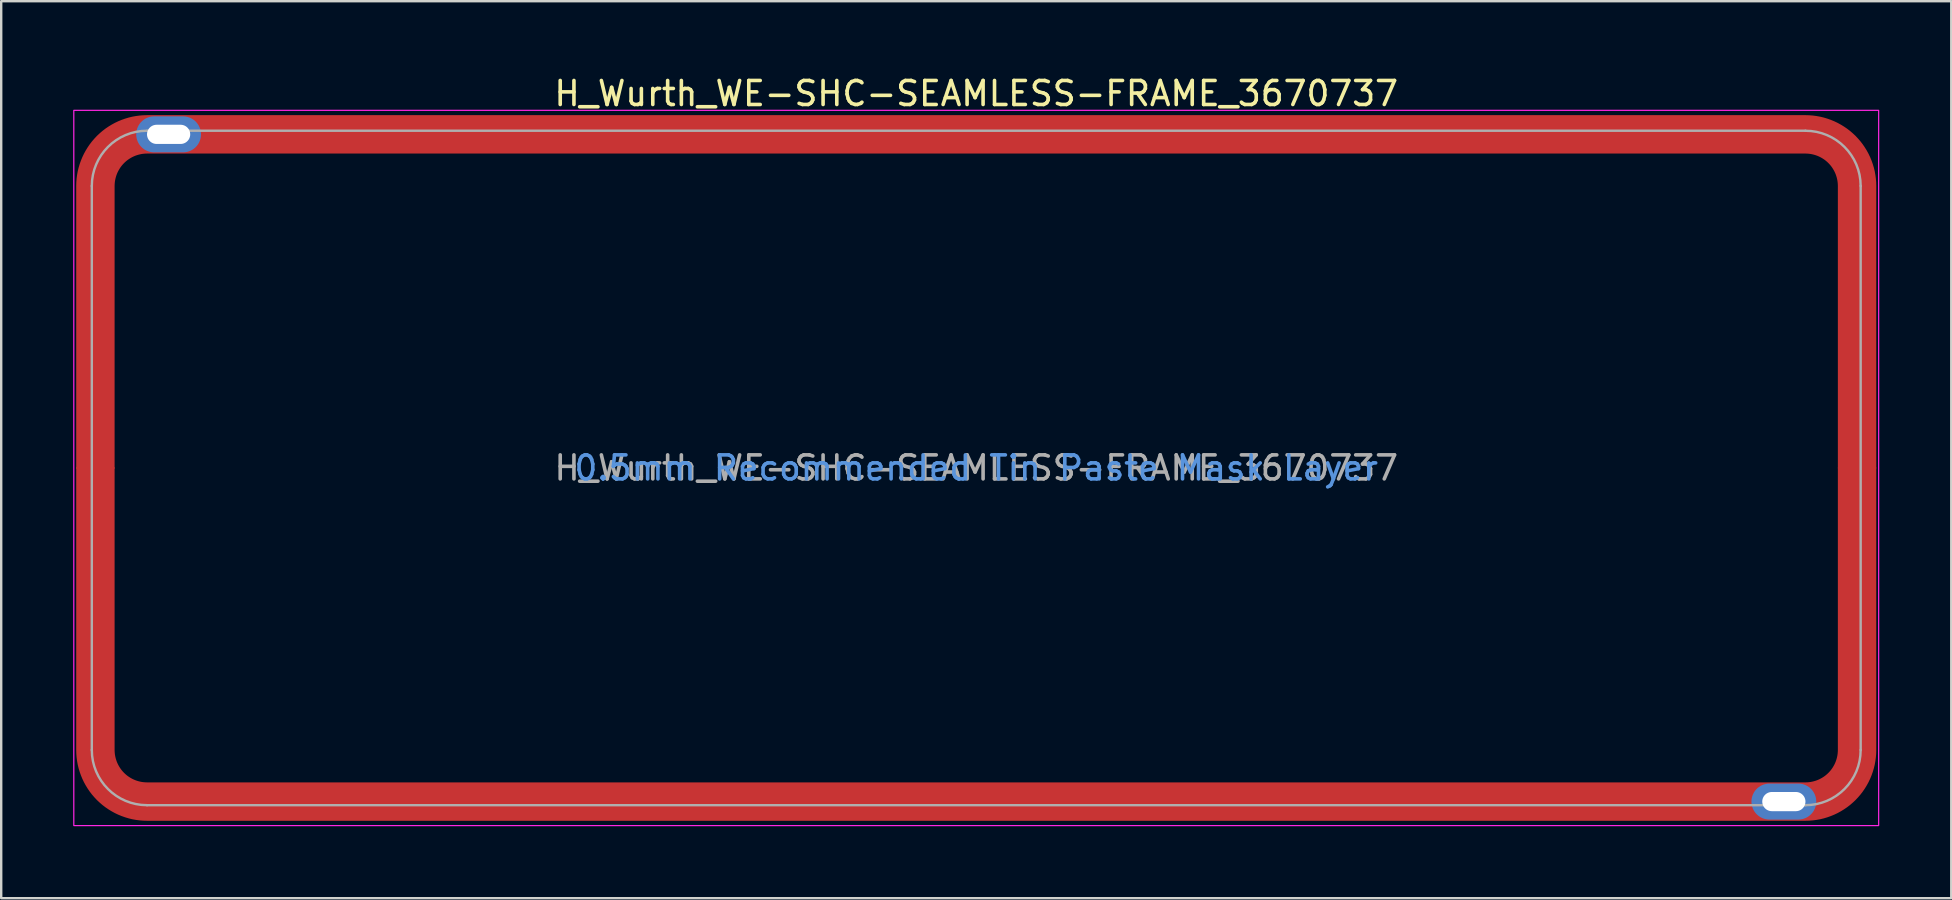
<source format=kicad_pcb>
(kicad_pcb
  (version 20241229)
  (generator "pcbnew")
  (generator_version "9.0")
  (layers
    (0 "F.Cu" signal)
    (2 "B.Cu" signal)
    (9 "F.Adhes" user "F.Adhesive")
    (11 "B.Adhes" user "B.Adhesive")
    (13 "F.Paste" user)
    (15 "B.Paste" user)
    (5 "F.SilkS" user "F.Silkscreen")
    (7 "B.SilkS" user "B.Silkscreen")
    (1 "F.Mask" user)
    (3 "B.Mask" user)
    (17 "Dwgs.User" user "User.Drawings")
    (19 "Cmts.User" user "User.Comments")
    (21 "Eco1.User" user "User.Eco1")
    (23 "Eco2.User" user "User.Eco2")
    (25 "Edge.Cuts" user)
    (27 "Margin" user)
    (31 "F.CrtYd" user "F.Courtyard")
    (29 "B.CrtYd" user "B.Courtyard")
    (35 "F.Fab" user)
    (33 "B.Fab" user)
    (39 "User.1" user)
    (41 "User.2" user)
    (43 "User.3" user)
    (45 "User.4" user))
  (footprint "H_Wurth_WE-SHC-SEAMLESS-FRAME_3670737"
    (layer "F.Cu")
    (at 37.625 16.448)
    (property "Reference" "H_Wurth_WE-SHC-SEAMLESS-FRAME_3670737" (at 0 -15.6 0) (unlocked yes) (layer "F.SilkS") (effects (font (size 1 1) (thickness 0.15))))
    (attr smd)
    (fp_poly (pts (xy -35.95 0.004) (xy -37.45 0.004) (xy -37.45 -11.75) (xy -37.446 -11.902) (xy -37.434 -12.053) (xy -37.414 -12.204) (xy -37.387 -12.353) (xy -37.351 -12.501) (xy -37.308 -12.646) (xy -37.257 -12.789) (xy -37.199 -12.93) (xy -37.134 -13.067) (xy -37.061 -13.2) (xy -36.982 -13.329) (xy -36.896 -13.455) (xy -36.804 -13.575) (xy -36.705 -13.69) (xy -36.601 -13.801) (xy -36.49 -13.905) (xy -36.375 -14.004) (xy -36.255 -14.096) (xy -36.129 -14.182) (xy -36 -14.261) (xy -35.867 -14.334) (xy -35.73 -14.399) (xy -35.589 -14.457) (xy -35.446 -14.508) (xy -35.301 -14.551) (xy -35.153 -14.587) (xy -35.004 -14.614) (xy -34.853 -14.634) (xy -34.702 -14.646) (xy -34.55 -14.65) (xy 34.55 -14.65) (xy 34.702 -14.646) (xy 34.853 -14.634) (xy 35.004 -14.614) (xy 35.153 -14.587) (xy 35.301 -14.551) (xy 35.446 -14.508) (xy 35.589 -14.457) (xy 35.73 -14.399) (xy 35.867 -14.334) (xy 36 -14.261) (xy 36.129 -14.182) (xy 36.255 -14.096) (xy 36.375 -14.004) (xy 36.49 -13.905) (xy 36.601 -13.801) (xy 36.705 -13.69) (xy 36.804 -13.575) (xy 36.896 -13.455) (xy 36.982 -13.329) (xy 37.061 -13.2) (xy 37.134 -13.067) (xy 37.199 -12.93) (xy 37.257 -12.789) (xy 37.308 -12.646) (xy 37.351 -12.501) (xy 37.387 -12.353) (xy 37.414 -12.204) (xy 37.434 -12.053) (xy 37.446 -11.902) (xy 37.45 -11.75) (xy 37.45 0.004) (xy 35.95 0.004) (xy 35.95 -11.75) (xy 35.948 -11.823) (xy 35.942 -11.896) (xy 35.933 -11.969) (xy 35.919 -12.041) (xy 35.902 -12.112) (xy 35.881 -12.183) (xy 35.857 -12.252) (xy 35.829 -12.319) (xy 35.797 -12.386) (xy 35.762 -12.45) (xy 35.724 -12.512) (xy 35.683 -12.573) (xy 35.638 -12.631) (xy 35.59 -12.687) (xy 35.54 -12.74) (xy 35.487 -12.79) (xy 35.431 -12.838) (xy 35.373 -12.883) (xy 35.312 -12.924) (xy 35.25 -12.962) (xy 35.186 -12.997) (xy 35.119 -13.029) (xy 35.052 -13.057) (xy 34.983 -13.081) (xy 34.912 -13.102) (xy 34.841 -13.119) (xy 34.769 -13.133) (xy 34.696 -13.142) (xy 34.623 -13.148) (xy 34.55 -13.15) (xy -34.55 -13.15) (xy -34.623 -13.148) (xy -34.696 -13.142) (xy -34.769 -13.133) (xy -34.841 -13.119) (xy -34.912 -13.102) (xy -34.983 -13.081) (xy -35.052 -13.057) (xy -35.119 -13.029) (xy -35.186 -12.997) (xy -35.25 -12.962) (xy -35.312 -12.924) (xy -35.373 -12.883) (xy -35.431 -12.838) (xy -35.487 -12.79) (xy -35.54 -12.74) (xy -35.59 -12.687) (xy -35.638 -12.631) (xy -35.683 -12.573) (xy -35.724 -12.512) (xy -35.762 -12.45) (xy -35.797 -12.386) (xy -35.829 -12.319) (xy -35.857 -12.252) (xy -35.881 -12.183) (xy -35.902 -12.112) (xy -35.919 -12.041) (xy -35.933 -11.969) (xy -35.942 -11.896) (xy -35.948 -11.823) (xy -35.95 -11.75) (xy -35.95 -0.25)) (stroke (width 0.1) (type solid)) (fill yes) (layer "F.Cu"))
    (fp_poly (pts (xy 35.95 -0.004) (xy 37.45 -0.004) (xy 37.45 11.75) (xy 37.446 11.902) (xy 37.434 12.053) (xy 37.414 12.204) (xy 37.387 12.353) (xy 37.351 12.501) (xy 37.308 12.646) (xy 37.257 12.789) (xy 37.199 12.93) (xy 37.134 13.067) (xy 37.061 13.2) (xy 36.982 13.329) (xy 36.896 13.455) (xy 36.804 13.575) (xy 36.705 13.69) (xy 36.601 13.801) (xy 36.49 13.905) (xy 36.375 14.004) (xy 36.255 14.096) (xy 36.129 14.182) (xy 36 14.261) (xy 35.867 14.334) (xy 35.73 14.399) (xy 35.589 14.457) (xy 35.446 14.508) (xy 35.301 14.551) (xy 35.153 14.587) (xy 35.004 14.614) (xy 34.853 14.634) (xy 34.702 14.646) (xy 34.55 14.65) (xy -34.55 14.65) (xy -34.702 14.646) (xy -34.853 14.634) (xy -35.004 14.614) (xy -35.153 14.587) (xy -35.301 14.551) (xy -35.446 14.508) (xy -35.589 14.457) (xy -35.73 14.399) (xy -35.867 14.334) (xy -36 14.261) (xy -36.129 14.182) (xy -36.255 14.096) (xy -36.375 14.004) (xy -36.49 13.905) (xy -36.601 13.801) (xy -36.705 13.69) (xy -36.804 13.575) (xy -36.896 13.455) (xy -36.982 13.329) (xy -37.061 13.2) (xy -37.134 13.067) (xy -37.199 12.93) (xy -37.257 12.789) (xy -37.308 12.646) (xy -37.351 12.501) (xy -37.387 12.353) (xy -37.414 12.204) (xy -37.434 12.053) (xy -37.446 11.902) (xy -37.45 11.75) (xy -37.45 -0.004) (xy -35.95 -0.004) (xy -35.95 11.75) (xy -35.948 11.823) (xy -35.942 11.896) (xy -35.933 11.969) (xy -35.919 12.041) (xy -35.902 12.112) (xy -35.881 12.183) (xy -35.857 12.252) (xy -35.829 12.319) (xy -35.797 12.386) (xy -35.762 12.45) (xy -35.724 12.512) (xy -35.683 12.573) (xy -35.638 12.631) (xy -35.59 12.687) (xy -35.54 12.74) (xy -35.487 12.79) (xy -35.431 12.838) (xy -35.373 12.883) (xy -35.312 12.924) (xy -35.25 12.962) (xy -35.186 12.997) (xy -35.119 13.029) (xy -35.052 13.057) (xy -34.983 13.081) (xy -34.912 13.102) (xy -34.841 13.119) (xy -34.769 13.133) (xy -34.696 13.142) (xy -34.623 13.148) (xy -34.55 13.15) (xy 34.55 13.15) (xy 34.623 13.148) (xy 34.696 13.142) (xy 34.769 13.133) (xy 34.841 13.119) (xy 34.912 13.102) (xy 34.983 13.081) (xy 35.052 13.057) (xy 35.119 13.029) (xy 35.186 12.997) (xy 35.25 12.962) (xy 35.312 12.924) (xy 35.373 12.883) (xy 35.431 12.838) (xy 35.487 12.79) (xy 35.54 12.74) (xy 35.59 12.687) (xy 35.638 12.631) (xy 35.683 12.573) (xy 35.724 12.512) (xy 35.762 12.45) (xy 35.797 12.386) (xy 35.829 12.319) (xy 35.857 12.252) (xy 35.881 12.183) (xy 35.902 12.112) (xy 35.919 12.041) (xy 35.933 11.969) (xy 35.942 11.896) (xy 35.948 11.823) (xy 35.95 11.75) (xy 35.95 0.25)) (stroke (width 0.1) (type solid)) (fill yes) (layer "F.Cu"))
    (fp_poly (pts (xy -35.95 0.004) (xy -37.45 0.004) (xy -37.45 -11.75) (xy -37.446 -11.902) (xy -37.434 -12.053) (xy -37.414 -12.204) (xy -37.387 -12.353) (xy -37.351 -12.501) (xy -37.308 -12.646) (xy -37.257 -12.789) (xy -37.199 -12.93) (xy -37.134 -13.067) (xy -37.061 -13.2) (xy -36.982 -13.329) (xy -36.896 -13.455) (xy -36.804 -13.575) (xy -36.705 -13.69) (xy -36.601 -13.801) (xy -36.49 -13.905) (xy -36.375 -14.004) (xy -36.255 -14.096) (xy -36.129 -14.182) (xy -36 -14.261) (xy -35.867 -14.334) (xy -35.73 -14.399) (xy -35.589 -14.457) (xy -35.446 -14.508) (xy -35.301 -14.551) (xy -35.153 -14.587) (xy -35.004 -14.614) (xy -34.853 -14.634) (xy -34.702 -14.646) (xy -34.55 -14.65) (xy 34.55 -14.65) (xy 34.702 -14.646) (xy 34.853 -14.634) (xy 35.004 -14.614) (xy 35.153 -14.587) (xy 35.301 -14.551) (xy 35.446 -14.508) (xy 35.589 -14.457) (xy 35.73 -14.399) (xy 35.867 -14.334) (xy 36 -14.261) (xy 36.129 -14.182) (xy 36.255 -14.096) (xy 36.375 -14.004) (xy 36.49 -13.905) (xy 36.601 -13.801) (xy 36.705 -13.69) (xy 36.804 -13.575) (xy 36.896 -13.455) (xy 36.982 -13.329) (xy 37.061 -13.2) (xy 37.134 -13.067) (xy 37.199 -12.93) (xy 37.257 -12.789) (xy 37.308 -12.646) (xy 37.351 -12.501) (xy 37.387 -12.353) (xy 37.414 -12.204) (xy 37.434 -12.053) (xy 37.446 -11.902) (xy 37.45 -11.75) (xy 37.45 0.004) (xy 35.95 0.004) (xy 35.95 -11.75) (xy 35.948 -11.823) (xy 35.942 -11.896) (xy 35.933 -11.969) (xy 35.919 -12.041) (xy 35.902 -12.112) (xy 35.881 -12.183) (xy 35.857 -12.252) (xy 35.829 -12.319) (xy 35.797 -12.386) (xy 35.762 -12.45) (xy 35.724 -12.512) (xy 35.683 -12.573) (xy 35.638 -12.631) (xy 35.59 -12.687) (xy 35.54 -12.74) (xy 35.487 -12.79) (xy 35.431 -12.838) (xy 35.373 -12.883) (xy 35.312 -12.924) (xy 35.25 -12.962) (xy 35.186 -12.997) (xy 35.119 -13.029) (xy 35.052 -13.057) (xy 34.983 -13.081) (xy 34.912 -13.102) (xy 34.841 -13.119) (xy 34.769 -13.133) (xy 34.696 -13.142) (xy 34.623 -13.148) (xy 34.55 -13.15) (xy -34.55 -13.15) (xy -34.623 -13.148) (xy -34.696 -13.142) (xy -34.769 -13.133) (xy -34.841 -13.119) (xy -34.912 -13.102) (xy -34.983 -13.081) (xy -35.052 -13.057) (xy -35.119 -13.029) (xy -35.186 -12.997) (xy -35.25 -12.962) (xy -35.312 -12.924) (xy -35.373 -12.883) (xy -35.431 -12.838) (xy -35.487 -12.79) (xy -35.54 -12.74) (xy -35.59 -12.687) (xy -35.638 -12.631) (xy -35.683 -12.573) (xy -35.724 -12.512) (xy -35.762 -12.45) (xy -35.797 -12.386) (xy -35.829 -12.319) (xy -35.857 -12.252) (xy -35.881 -12.183) (xy -35.902 -12.112) (xy -35.919 -12.041) (xy -35.933 -11.969) (xy -35.942 -11.896) (xy -35.948 -11.823) (xy -35.95 -11.75) (xy -35.95 -0.25)) (stroke (width 0.1) (type solid)) (fill yes) (layer "F.Mask"))
    (fp_poly (pts (xy 35.95 -0.004) (xy 37.45 -0.004) (xy 37.45 11.75) (xy 37.446 11.902) (xy 37.434 12.053) (xy 37.414 12.204) (xy 37.387 12.353) (xy 37.351 12.501) (xy 37.308 12.646) (xy 37.257 12.789) (xy 37.199 12.93) (xy 37.134 13.067) (xy 37.061 13.2) (xy 36.982 13.329) (xy 36.896 13.455) (xy 36.804 13.575) (xy 36.705 13.69) (xy 36.601 13.801) (xy 36.49 13.905) (xy 36.375 14.004) (xy 36.255 14.096) (xy 36.129 14.182) (xy 36 14.261) (xy 35.867 14.334) (xy 35.73 14.399) (xy 35.589 14.457) (xy 35.446 14.508) (xy 35.301 14.551) (xy 35.153 14.587) (xy 35.004 14.614) (xy 34.853 14.634) (xy 34.702 14.646) (xy 34.55 14.65) (xy -34.55 14.65) (xy -34.702 14.646) (xy -34.853 14.634) (xy -35.004 14.614) (xy -35.153 14.587) (xy -35.301 14.551) (xy -35.446 14.508) (xy -35.589 14.457) (xy -35.73 14.399) (xy -35.867 14.334) (xy -36 14.261) (xy -36.129 14.182) (xy -36.255 14.096) (xy -36.375 14.004) (xy -36.49 13.905) (xy -36.601 13.801) (xy -36.705 13.69) (xy -36.804 13.575) (xy -36.896 13.455) (xy -36.982 13.329) (xy -37.061 13.2) (xy -37.134 13.067) (xy -37.199 12.93) (xy -37.257 12.789) (xy -37.308 12.646) (xy -37.351 12.501) (xy -37.387 12.353) (xy -37.414 12.204) (xy -37.434 12.053) (xy -37.446 11.902) (xy -37.45 11.75) (xy -37.45 -0.004) (xy -35.95 -0.004) (xy -35.95 11.75) (xy -35.948 11.823) (xy -35.942 11.896) (xy -35.933 11.969) (xy -35.919 12.041) (xy -35.902 12.112) (xy -35.881 12.183) (xy -35.857 12.252) (xy -35.829 12.319) (xy -35.797 12.386) (xy -35.762 12.45) (xy -35.724 12.512) (xy -35.683 12.573) (xy -35.638 12.631) (xy -35.59 12.687) (xy -35.54 12.74) (xy -35.487 12.79) (xy -35.431 12.838) (xy -35.373 12.883) (xy -35.312 12.924) (xy -35.25 12.962) (xy -35.186 12.997) (xy -35.119 13.029) (xy -35.052 13.057) (xy -34.983 13.081) (xy -34.912 13.102) (xy -34.841 13.119) (xy -34.769 13.133) (xy -34.696 13.142) (xy -34.623 13.148) (xy -34.55 13.15) (xy 34.55 13.15) (xy 34.623 13.148) (xy 34.696 13.142) (xy 34.769 13.133) (xy 34.841 13.119) (xy 34.912 13.102) (xy 34.983 13.081) (xy 35.052 13.057) (xy 35.119 13.029) (xy 35.186 12.997) (xy 35.25 12.962) (xy 35.312 12.924) (xy 35.373 12.883) (xy 35.431 12.838) (xy 35.487 12.79) (xy 35.54 12.74) (xy 35.59 12.687) (xy 35.638 12.631) (xy 35.683 12.573) (xy 35.724 12.512) (xy 35.762 12.45) (xy 35.797 12.386) (xy 35.829 12.319) (xy 35.857 12.252) (xy 35.881 12.183) (xy 35.902 12.112) (xy 35.919 12.041) (xy 35.933 11.969) (xy 35.942 11.896) (xy 35.948 11.823) (xy 35.95 11.75) (xy 35.95 0.25)) (stroke (width 0.1) (type solid)) (fill yes) (layer "F.Mask"))
    (fp_poly (pts (xy -35.95 0.004) (xy -37.45 0.004) (xy -37.45 -11.75) (xy -37.446 -11.902) (xy -37.434 -12.053) (xy -37.414 -12.204) (xy -37.387 -12.353) (xy -37.351 -12.501) (xy -37.308 -12.646) (xy -37.257 -12.789) (xy -37.199 -12.93) (xy -37.134 -13.067) (xy -37.061 -13.2) (xy -36.982 -13.329) (xy -36.896 -13.455) (xy -36.804 -13.575) (xy -36.705 -13.69) (xy -36.601 -13.801) (xy -36.49 -13.905) (xy -36.375 -14.004) (xy -36.255 -14.096) (xy -36.129 -14.182) (xy -36 -14.261) (xy -35.867 -14.334) (xy -35.73 -14.399) (xy -35.589 -14.457) (xy -35.446 -14.508) (xy -35.301 -14.551) (xy -35.153 -14.587) (xy -35.004 -14.614) (xy -34.853 -14.634) (xy -34.702 -14.646) (xy -34.55 -14.65) (xy 34.55 -14.65) (xy 34.702 -14.646) (xy 34.853 -14.634) (xy 35.004 -14.614) (xy 35.153 -14.587) (xy 35.301 -14.551) (xy 35.446 -14.508) (xy 35.589 -14.457) (xy 35.73 -14.399) (xy 35.867 -14.334) (xy 36 -14.261) (xy 36.129 -14.182) (xy 36.255 -14.096) (xy 36.375 -14.004) (xy 36.49 -13.905) (xy 36.601 -13.801) (xy 36.705 -13.69) (xy 36.804 -13.575) (xy 36.896 -13.455) (xy 36.982 -13.329) (xy 37.061 -13.2) (xy 37.134 -13.067) (xy 37.199 -12.93) (xy 37.257 -12.789) (xy 37.308 -12.646) (xy 37.351 -12.501) (xy 37.387 -12.353) (xy 37.414 -12.204) (xy 37.434 -12.053) (xy 37.446 -11.902) (xy 37.45 -11.75) (xy 37.45 0.004) (xy 35.95 0.004) (xy 35.95 -11.75) (xy 35.948 -11.823) (xy 35.942 -11.896) (xy 35.933 -11.969) (xy 35.919 -12.041) (xy 35.902 -12.112) (xy 35.881 -12.183) (xy 35.857 -12.252) (xy 35.829 -12.319) (xy 35.797 -12.386) (xy 35.762 -12.45) (xy 35.724 -12.512) (xy 35.683 -12.573) (xy 35.638 -12.631) (xy 35.59 -12.687) (xy 35.54 -12.74) (xy 35.487 -12.79) (xy 35.431 -12.838) (xy 35.373 -12.883) (xy 35.312 -12.924) (xy 35.25 -12.962) (xy 35.186 -12.997) (xy 35.119 -13.029) (xy 35.052 -13.057) (xy 34.983 -13.081) (xy 34.912 -13.102) (xy 34.841 -13.119) (xy 34.769 -13.133) (xy 34.696 -13.142) (xy 34.623 -13.148) (xy 34.55 -13.15) (xy -34.55 -13.15) (xy -34.623 -13.148) (xy -34.696 -13.142) (xy -34.769 -13.133) (xy -34.841 -13.119) (xy -34.912 -13.102) (xy -34.983 -13.081) (xy -35.052 -13.057) (xy -35.119 -13.029) (xy -35.186 -12.997) (xy -35.25 -12.962) (xy -35.312 -12.924) (xy -35.373 -12.883) (xy -35.431 -12.838) (xy -35.487 -12.79) (xy -35.54 -12.74) (xy -35.59 -12.687) (xy -35.638 -12.631) (xy -35.683 -12.573) (xy -35.724 -12.512) (xy -35.762 -12.45) (xy -35.797 -12.386) (xy -35.829 -12.319) (xy -35.857 -12.252) (xy -35.881 -12.183) (xy -35.902 -12.112) (xy -35.919 -12.041) (xy -35.933 -11.969) (xy -35.942 -11.896) (xy -35.948 -11.823) (xy -35.95 -11.75) (xy -35.95 -0.25)) (stroke (width 0.1) (type solid)) (fill yes) (layer "F.Paste"))
    (fp_poly (pts (xy 35.95 -0.004) (xy 37.45 -0.004) (xy 37.45 11.75) (xy 37.446 11.902) (xy 37.434 12.053) (xy 37.414 12.204) (xy 37.387 12.353) (xy 37.351 12.501) (xy 37.308 12.646) (xy 37.257 12.789) (xy 37.199 12.93) (xy 37.134 13.067) (xy 37.061 13.2) (xy 36.982 13.329) (xy 36.896 13.455) (xy 36.804 13.575) (xy 36.705 13.69) (xy 36.601 13.801) (xy 36.49 13.905) (xy 36.375 14.004) (xy 36.255 14.096) (xy 36.129 14.182) (xy 36 14.261) (xy 35.867 14.334) (xy 35.73 14.399) (xy 35.589 14.457) (xy 35.446 14.508) (xy 35.301 14.551) (xy 35.153 14.587) (xy 35.004 14.614) (xy 34.853 14.634) (xy 34.702 14.646) (xy 34.55 14.65) (xy -34.55 14.65) (xy -34.702 14.646) (xy -34.853 14.634) (xy -35.004 14.614) (xy -35.153 14.587) (xy -35.301 14.551) (xy -35.446 14.508) (xy -35.589 14.457) (xy -35.73 14.399) (xy -35.867 14.334) (xy -36 14.261) (xy -36.129 14.182) (xy -36.255 14.096) (xy -36.375 14.004) (xy -36.49 13.905) (xy -36.601 13.801) (xy -36.705 13.69) (xy -36.804 13.575) (xy -36.896 13.455) (xy -36.982 13.329) (xy -37.061 13.2) (xy -37.134 13.067) (xy -37.199 12.93) (xy -37.257 12.789) (xy -37.308 12.646) (xy -37.351 12.501) (xy -37.387 12.353) (xy -37.414 12.204) (xy -37.434 12.053) (xy -37.446 11.902) (xy -37.45 11.75) (xy -37.45 -0.004) (xy -35.95 -0.004) (xy -35.95 11.75) (xy -35.948 11.823) (xy -35.942 11.896) (xy -35.933 11.969) (xy -35.919 12.041) (xy -35.902 12.112) (xy -35.881 12.183) (xy -35.857 12.252) (xy -35.829 12.319) (xy -35.797 12.386) (xy -35.762 12.45) (xy -35.724 12.512) (xy -35.683 12.573) (xy -35.638 12.631) (xy -35.59 12.687) (xy -35.54 12.74) (xy -35.487 12.79) (xy -35.431 12.838) (xy -35.373 12.883) (xy -35.312 12.924) (xy -35.25 12.962) (xy -35.186 12.997) (xy -35.119 13.029) (xy -35.052 13.057) (xy -34.983 13.081) (xy -34.912 13.102) (xy -34.841 13.119) (xy -34.769 13.133) (xy -34.696 13.142) (xy -34.623 13.148) (xy -34.55 13.15) (xy 34.55 13.15) (xy 34.623 13.148) (xy 34.696 13.142) (xy 34.769 13.133) (xy 34.841 13.119) (xy 34.912 13.102) (xy 34.983 13.081) (xy 35.052 13.057) (xy 35.119 13.029) (xy 35.186 12.997) (xy 35.25 12.962) (xy 35.312 12.924) (xy 35.373 12.883) (xy 35.431 12.838) (xy 35.487 12.79) (xy 35.54 12.74) (xy 35.59 12.687) (xy 35.638 12.631) (xy 35.683 12.573) (xy 35.724 12.512) (xy 35.762 12.45) (xy 35.797 12.386) (xy 35.829 12.319) (xy 35.857 12.252) (xy 35.881 12.183) (xy 35.902 12.112) (xy 35.919 12.041) (xy 35.933 11.969) (xy 35.942 11.896) (xy 35.948 11.823) (xy 35.95 11.75) (xy 35.95 0.25)) (stroke (width 0.1) (type solid)) (fill yes) (layer "F.Paste"))
    (fp_rect (start -37.6 -14.9) (end 37.6 14.9) (stroke (width 0.05) (type solid)) (fill no) (layer "F.CrtYd"))
    (fp_line (start -36.85 11.75) (end -36.85 -11.75) (stroke (width 0.1) (type solid)) (layer "F.Fab"))
    (fp_line (start -34.55 -14.05) (end 34.55 -14.05) (stroke (width 0.1) (type solid)) (layer "F.Fab"))
    (fp_line (start -34.55 14.05) (end 34.55 14.05) (stroke (width 0.1) (type solid)) (layer "F.Fab"))
    (fp_line (start 36.85 11.75) (end 36.85 -11.75) (stroke (width 0.1) (type solid)) (layer "F.Fab"))
    (fp_arc (start -36.85 -11.75) (mid -36.176346 -13.376346) (end -34.55 -14.05) (stroke (width 0.1) (type solid)) (layer "F.Fab"))
    (fp_arc (start -34.55 14.05) (mid -36.176346 13.376346) (end -36.85 11.75) (stroke (width 0.1) (type solid)) (layer "F.Fab"))
    (fp_arc (start 34.55 -14.05) (mid 36.176346 -13.376346) (end 36.85 -11.75) (stroke (width 0.1) (type solid)) (layer "F.Fab"))
    (fp_arc (start 36.85 11.75) (mid 36.176346 13.376346) (end 34.55 14.05) (stroke (width 0.1) (type solid)) (layer "F.Fab"))
    (fp_text user "0.5mm Recommended Tin Paste Mask Layer" (at 0 0 0) (unlocked yes) (layer "Cmts.User") (effects (font (size 1 1) (thickness 0.15))))
    (fp_text user "${REFERENCE}" (at 0 0 0) (unlocked yes) (layer "F.Fab") (effects (font (size 1 1) (thickness 0.15))))
    (pad "1" thru_hole oval (at -33.65 -13.9) (size 2.7 1.5) (drill oval 1.8 0.8) (layers "*.Cu" "*.Mask"))
    (pad "1" thru_hole oval (at 33.65 13.9) (size 2.7 1.5) (drill oval 1.8 0.8) (layers "*.Cu" "*.Mask")))
  (gr_rect
    (start -3 -3)
    (end 78.25 34.373)
    (stroke (width 0.1) (type default))
    (fill no)
    (layer "Edge.Cuts")))
</source>
